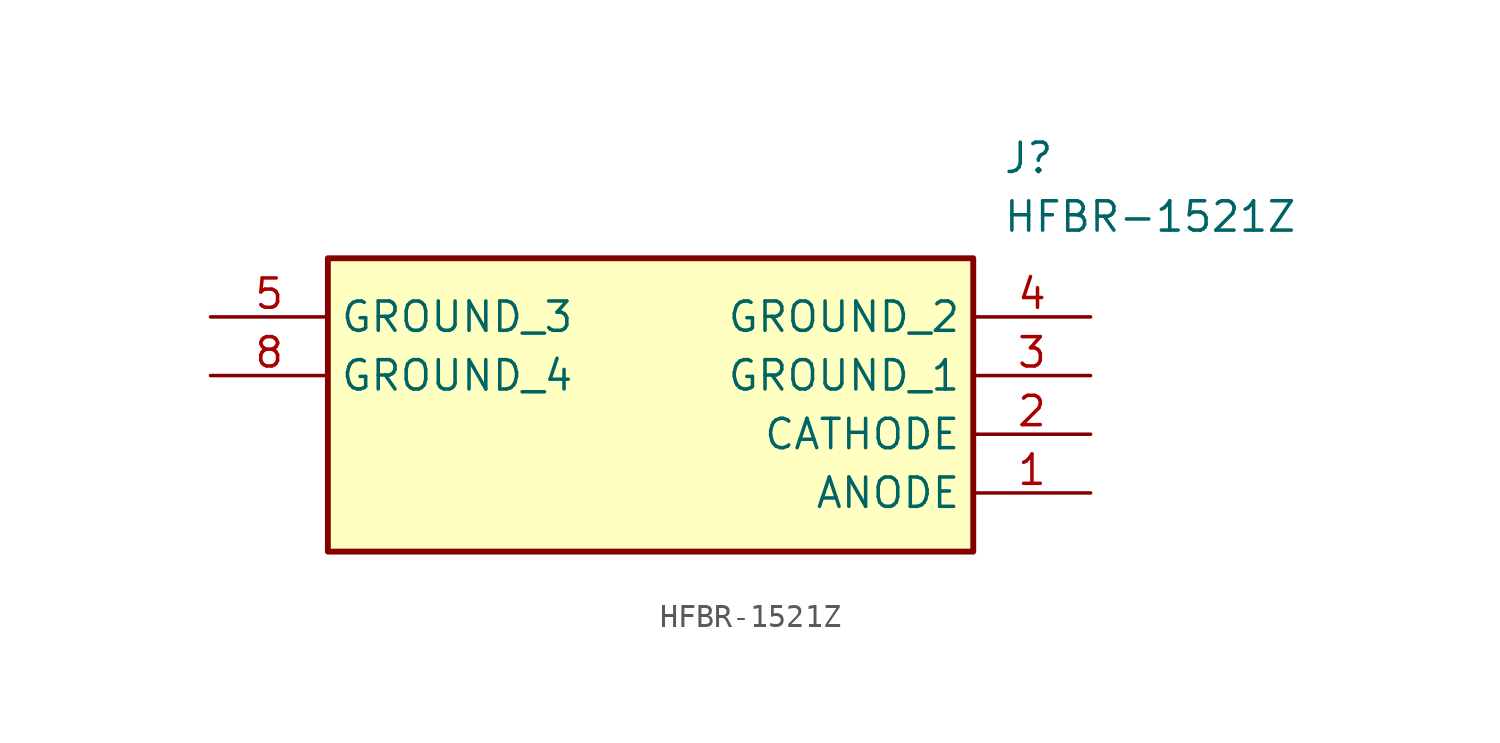
<source format=kicad_sym>
(kicad_symbol_lib
  (version 20211014)
  (generator SamacSys_ECAD_Model)
  (symbol "HFBR-1521Z"
    (property "Reference" "J"
      (at 34.29 7.62 0)
      (effects (font (size 1.27 1.27)) (justify left top)))
    (property "Value" "HFBR-1521Z"
      (at 34.29 5.08 0)
      (effects (font (size 1.27 1.27)) (justify left top)))
    (rectangle
      (start 5.08 2.54)
      (end 33.02 -10.16)
      (stroke (width 0.254) (type default))
      (fill (type background)))
    (pin passive line
      (at 38.1 -7.62 180)
      (length 5.08)
      (name "ANODE" (effects (font (size 1.27 1.27))))
      (number "1" (effects (font (size 1.27 1.27)))))
    (pin passive line
      (at 38.1 -5.08 180)
      (length 5.08)
      (name "CATHODE" (effects (font (size 1.27 1.27))))
      (number "2" (effects (font (size 1.27 1.27)))))
    (pin passive line
      (at 38.1 -2.54 180)
      (length 5.08)
      (name "GROUND_1" (effects (font (size 1.27 1.27))))
      (number "3" (effects (font (size 1.27 1.27)))))
    (pin passive line
      (at 38.1 0 180)
      (length 5.08)
      (name "GROUND_2" (effects (font (size 1.27 1.27))))
      (number "4" (effects (font (size 1.27 1.27)))))
    (pin passive line
      (at 0 0 0)
      (length 5.08)
      (name "GROUND_3" (effects (font (size 1.27 1.27))))
      (number "5" (effects (font (size 1.27 1.27)))))
    (pin passive line
      (at 0 -2.54 0)
      (length 5.08)
      (name "GROUND_4" (effects (font (size 1.27 1.27))))
      (number "8" (effects (font (size 1.27 1.27)))))))
</source>
